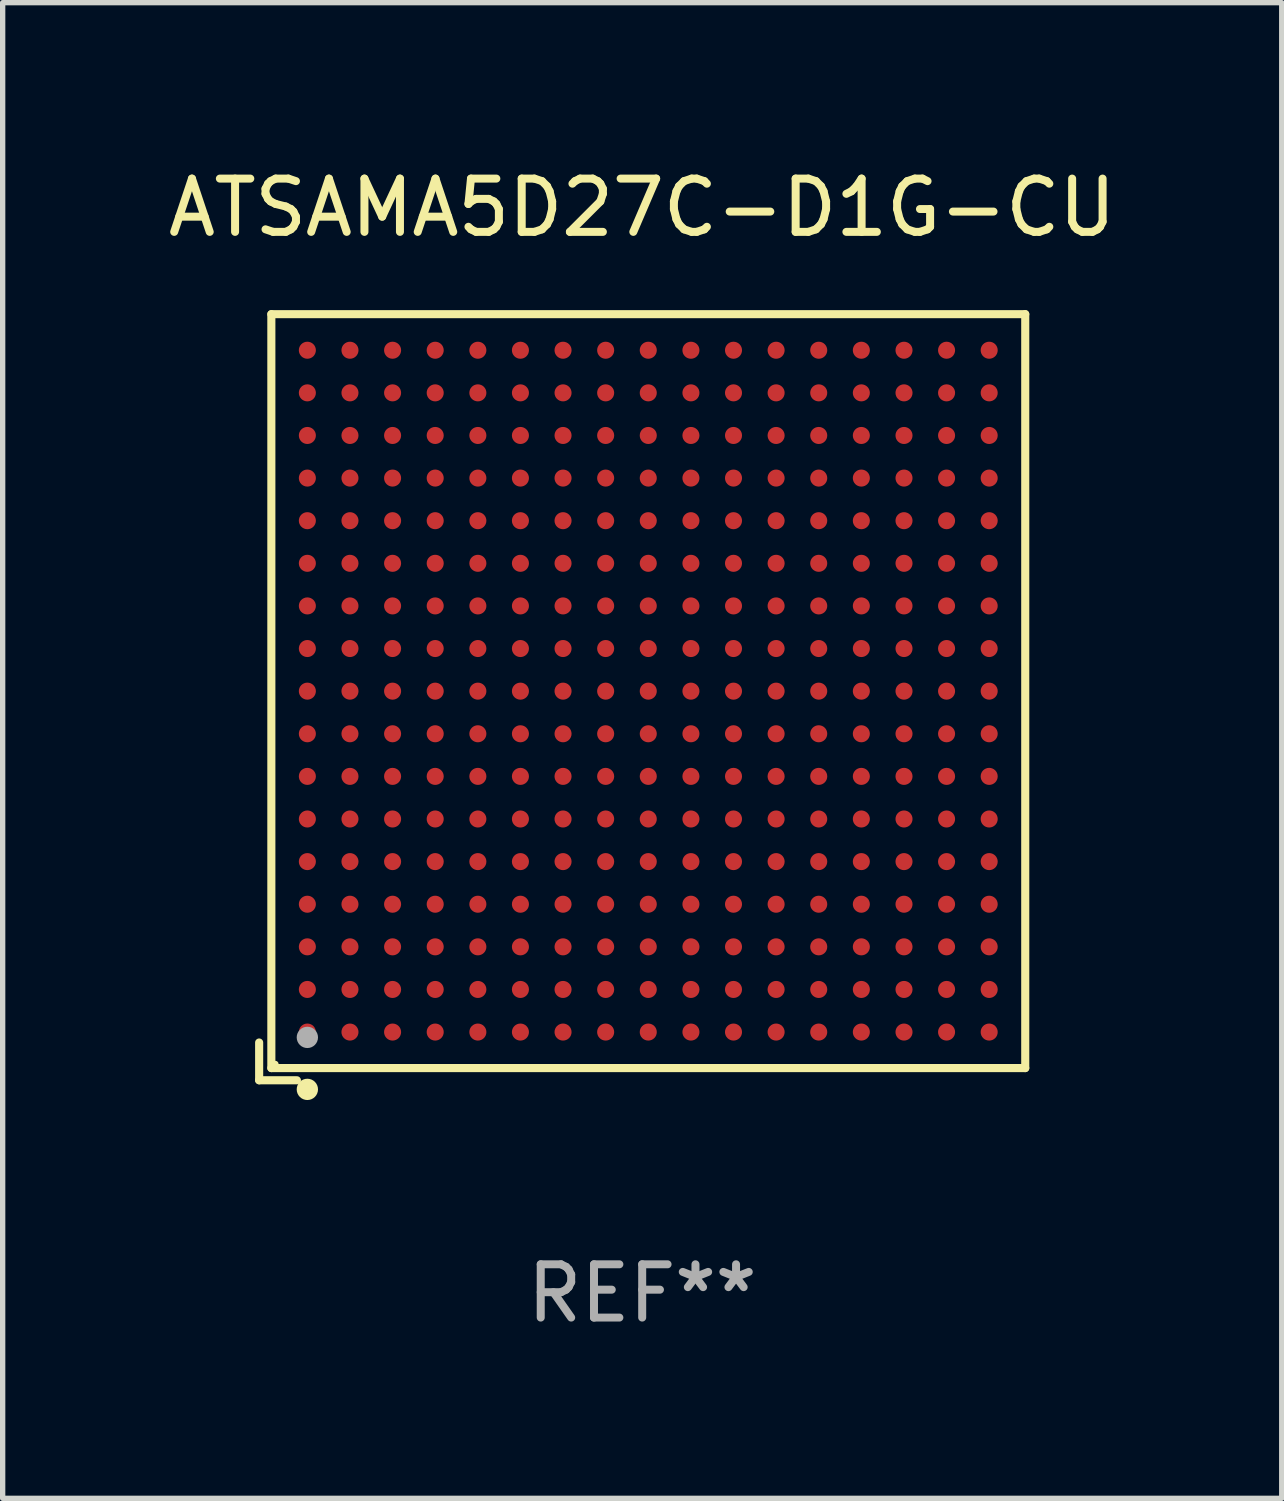
<source format=kicad_pcb>
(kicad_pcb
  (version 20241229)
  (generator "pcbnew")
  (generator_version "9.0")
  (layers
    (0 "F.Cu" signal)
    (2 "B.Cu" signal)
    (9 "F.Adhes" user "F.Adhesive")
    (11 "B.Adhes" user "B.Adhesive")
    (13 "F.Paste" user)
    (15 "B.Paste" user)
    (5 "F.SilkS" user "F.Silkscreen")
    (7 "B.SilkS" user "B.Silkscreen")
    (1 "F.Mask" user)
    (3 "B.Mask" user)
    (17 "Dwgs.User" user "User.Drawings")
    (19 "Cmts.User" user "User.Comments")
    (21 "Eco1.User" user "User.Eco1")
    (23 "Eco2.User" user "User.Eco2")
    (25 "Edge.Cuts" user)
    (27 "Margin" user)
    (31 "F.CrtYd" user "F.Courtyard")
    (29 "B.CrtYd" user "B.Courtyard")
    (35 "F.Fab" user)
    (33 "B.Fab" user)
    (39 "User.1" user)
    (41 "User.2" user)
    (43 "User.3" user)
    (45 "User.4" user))
  (footprint "ATSAMA5D27C-D1G-CU"
    (layer "F.Cu")
    (at 9.006 10.039)
    (property "Reference" "ATSAMA5D27C-D1G-CU" (at 0 -9.191 0) (layer "F.SilkS") (effects (font (size 1 1) (thickness 0.15))))
    (attr through_hole)
    (fp_line (start -7.191 6.482) (end -7.191 7.191) (stroke (width 0.152) (type solid)) (layer "F.SilkS"))
    (fp_line (start -7.191 7.191) (end -6.482 7.191) (stroke (width 0.152) (type solid)) (layer "F.SilkS"))
    (fp_line (start -6.962 -7.191) (end 7.191 -7.191) (stroke (width 0.152) (type solid)) (layer "F.SilkS"))
    (fp_line (start -6.962 6.962) (end -6.962 -7.191) (stroke (width 0.152) (type solid)) (layer "F.SilkS"))
    (fp_line (start 7.191 -7.191) (end 7.191 6.962) (stroke (width 0.152) (type solid)) (layer "F.SilkS"))
    (fp_line (start 7.191 6.962) (end -6.962 6.962) (stroke (width 0.152) (type solid)) (layer "F.SilkS"))
    (fp_circle (center -6.886 6.886) (end -6.856 6.886) (stroke (width 0.06) (type solid)) (fill no) (layer "F.SilkS"))
    (fp_circle (center -6.286 7.362) (end -6.186 7.362) (stroke (width 0.2) (type solid)) (fill no) (layer "F.SilkS"))
    (fp_circle (center -6.286 6.386) (end -6.186 6.386) (stroke (width 0.2) (type solid)) (fill no) (layer "F.Fab"))
    (fp_text user "REF**" (at 0 11.191 0) (layer "F.Fab") (effects (font (size 1 1) (thickness 0.15))))
    (pad "A1" smd circle (at -6.286 6.286) (size 0.32 0.32) (layers "F.Cu" "F.Mask" "F.Paste"))
    (pad "A2" smd circle (at -6.286 5.486) (size 0.32 0.32) (layers "F.Cu" "F.Mask" "F.Paste"))
    (pad "A3" smd circle (at -6.286 4.686) (size 0.32 0.32) (layers "F.Cu" "F.Mask" "F.Paste"))
    (pad "A4" smd circle (at -6.286 3.886) (size 0.32 0.32) (layers "F.Cu" "F.Mask" "F.Paste"))
    (pad "A5" smd circle (at -6.286 3.086) (size 0.32 0.32) (layers "F.Cu" "F.Mask" "F.Paste"))
    (pad "A6" smd circle (at -6.286 2.286) (size 0.32 0.32) (layers "F.Cu" "F.Mask" "F.Paste"))
    (pad "A7" smd circle (at -6.286 1.486) (size 0.32 0.32) (layers "F.Cu" "F.Mask" "F.Paste"))
    (pad "A8" smd circle (at -6.286 0.686) (size 0.32 0.32) (layers "F.Cu" "F.Mask" "F.Paste"))
    (pad "A9" smd circle (at -6.286 -0.114) (size 0.32 0.32) (layers "F.Cu" "F.Mask" "F.Paste"))
    (pad "A10" smd circle (at -6.286 -0.914) (size 0.32 0.32) (layers "F.Cu" "F.Mask" "F.Paste"))
    (pad "A11" smd circle (at -6.286 -1.714) (size 0.32 0.32) (layers "F.Cu" "F.Mask" "F.Paste"))
    (pad "A12" smd circle (at -6.286 -2.514) (size 0.32 0.32) (layers "F.Cu" "F.Mask" "F.Paste"))
    (pad "A13" smd circle (at -6.286 -3.314) (size 0.32 0.32) (layers "F.Cu" "F.Mask" "F.Paste"))
    (pad "A14" smd circle (at -6.286 -4.114) (size 0.32 0.32) (layers "F.Cu" "F.Mask" "F.Paste"))
    (pad "A15" smd circle (at -6.286 -4.914) (size 0.32 0.32) (layers "F.Cu" "F.Mask" "F.Paste"))
    (pad "A16" smd circle (at -6.286 -5.714) (size 0.32 0.32) (layers "F.Cu" "F.Mask" "F.Paste"))
    (pad "A17" smd circle (at -6.286 -6.514) (size 0.32 0.32) (layers "F.Cu" "F.Mask" "F.Paste"))
    (pad "B1" smd circle (at -5.486 6.286) (size 0.32 0.32) (layers "F.Cu" "F.Mask" "F.Paste"))
    (pad "B2" smd circle (at -5.486 5.486) (size 0.32 0.32) (layers "F.Cu" "F.Mask" "F.Paste"))
    (pad "B3" smd circle (at -5.486 4.686) (size 0.32 0.32) (layers "F.Cu" "F.Mask" "F.Paste"))
    (pad "B4" smd circle (at -5.486 3.886) (size 0.32 0.32) (layers "F.Cu" "F.Mask" "F.Paste"))
    (pad "B5" smd circle (at -5.486 3.086) (size 0.32 0.32) (layers "F.Cu" "F.Mask" "F.Paste"))
    (pad "B6" smd circle (at -5.486 2.286) (size 0.32 0.32) (layers "F.Cu" "F.Mask" "F.Paste"))
    (pad "B7" smd circle (at -5.486 1.486) (size 0.32 0.32) (layers "F.Cu" "F.Mask" "F.Paste"))
    (pad "B8" smd circle (at -5.486 0.686) (size 0.32 0.32) (layers "F.Cu" "F.Mask" "F.Paste"))
    (pad "B9" smd circle (at -5.486 -0.114) (size 0.32 0.32) (layers "F.Cu" "F.Mask" "F.Paste"))
    (pad "B10" smd circle (at -5.486 -0.914) (size 0.32 0.32) (layers "F.Cu" "F.Mask" "F.Paste"))
    (pad "B11" smd circle (at -5.486 -1.714) (size 0.32 0.32) (layers "F.Cu" "F.Mask" "F.Paste"))
    (pad "B12" smd circle (at -5.486 -2.514) (size 0.32 0.32) (layers "F.Cu" "F.Mask" "F.Paste"))
    (pad "B13" smd circle (at -5.486 -3.314) (size 0.32 0.32) (layers "F.Cu" "F.Mask" "F.Paste"))
    (pad "B14" smd circle (at -5.486 -4.114) (size 0.32 0.32) (layers "F.Cu" "F.Mask" "F.Paste"))
    (pad "B15" smd circle (at -5.486 -4.914) (size 0.32 0.32) (layers "F.Cu" "F.Mask" "F.Paste"))
    (pad "B16" smd circle (at -5.486 -5.714) (size 0.32 0.32) (layers "F.Cu" "F.Mask" "F.Paste"))
    (pad "B17" smd circle (at -5.486 -6.514) (size 0.32 0.32) (layers "F.Cu" "F.Mask" "F.Paste"))
    (pad "C1" smd circle (at -4.686 6.286) (size 0.32 0.32) (layers "F.Cu" "F.Mask" "F.Paste"))
    (pad "C2" smd circle (at -4.686 5.486) (size 0.32 0.32) (layers "F.Cu" "F.Mask" "F.Paste"))
    (pad "C3" smd circle (at -4.686 4.686) (size 0.32 0.32) (layers "F.Cu" "F.Mask" "F.Paste"))
    (pad "C4" smd circle (at -4.686 3.886) (size 0.32 0.32) (layers "F.Cu" "F.Mask" "F.Paste"))
    (pad "C5" smd circle (at -4.686 3.086) (size 0.32 0.32) (layers "F.Cu" "F.Mask" "F.Paste"))
    (pad "C6" smd circle (at -4.686 2.286) (size 0.32 0.32) (layers "F.Cu" "F.Mask" "F.Paste"))
    (pad "C7" smd circle (at -4.686 1.486) (size 0.32 0.32) (layers "F.Cu" "F.Mask" "F.Paste"))
    (pad "C8" smd circle (at -4.686 0.686) (size 0.32 0.32) (layers "F.Cu" "F.Mask" "F.Paste"))
    (pad "C9" smd circle (at -4.686 -0.114) (size 0.32 0.32) (layers "F.Cu" "F.Mask" "F.Paste"))
    (pad "C10" smd circle (at -4.686 -0.914) (size 0.32 0.32) (layers "F.Cu" "F.Mask" "F.Paste"))
    (pad "C11" smd circle (at -4.686 -1.714) (size 0.32 0.32) (layers "F.Cu" "F.Mask" "F.Paste"))
    (pad "C12" smd circle (at -4.686 -2.514) (size 0.32 0.32) (layers "F.Cu" "F.Mask" "F.Paste"))
    (pad "C13" smd circle (at -4.686 -3.314) (size 0.32 0.32) (layers "F.Cu" "F.Mask" "F.Paste"))
    (pad "C14" smd circle (at -4.686 -4.114) (size 0.32 0.32) (layers "F.Cu" "F.Mask" "F.Paste"))
    (pad "C15" smd circle (at -4.686 -4.914) (size 0.32 0.32) (layers "F.Cu" "F.Mask" "F.Paste"))
    (pad "C16" smd circle (at -4.686 -5.714) (size 0.32 0.32) (layers "F.Cu" "F.Mask" "F.Paste"))
    (pad "C17" smd circle (at -4.686 -6.514) (size 0.32 0.32) (layers "F.Cu" "F.Mask" "F.Paste"))
    (pad "D1" smd circle (at -3.886 6.286) (size 0.32 0.32) (layers "F.Cu" "F.Mask" "F.Paste"))
    (pad "D2" smd circle (at -3.886 5.486) (size 0.32 0.32) (layers "F.Cu" "F.Mask" "F.Paste"))
    (pad "D3" smd circle (at -3.886 4.686) (size 0.32 0.32) (layers "F.Cu" "F.Mask" "F.Paste"))
    (pad "D4" smd circle (at -3.886 3.886) (size 0.32 0.32) (layers "F.Cu" "F.Mask" "F.Paste"))
    (pad "D5" smd circle (at -3.886 3.086) (size 0.32 0.32) (layers "F.Cu" "F.Mask" "F.Paste"))
    (pad "D6" smd circle (at -3.886 2.286) (size 0.32 0.32) (layers "F.Cu" "F.Mask" "F.Paste"))
    (pad "D7" smd circle (at -3.886 1.486) (size 0.32 0.32) (layers "F.Cu" "F.Mask" "F.Paste"))
    (pad "D8" smd circle (at -3.886 0.686) (size 0.32 0.32) (layers "F.Cu" "F.Mask" "F.Paste"))
    (pad "D9" smd circle (at -3.886 -0.114) (size 0.32 0.32) (layers "F.Cu" "F.Mask" "F.Paste"))
    (pad "D10" smd circle (at -3.886 -0.914) (size 0.32 0.32) (layers "F.Cu" "F.Mask" "F.Paste"))
    (pad "D11" smd circle (at -3.886 -1.714) (size 0.32 0.32) (layers "F.Cu" "F.Mask" "F.Paste"))
    (pad "D12" smd circle (at -3.886 -2.514) (size 0.32 0.32) (layers "F.Cu" "F.Mask" "F.Paste"))
    (pad "D13" smd circle (at -3.886 -3.314) (size 0.32 0.32) (layers "F.Cu" "F.Mask" "F.Paste"))
    (pad "D14" smd circle (at -3.886 -4.114) (size 0.32 0.32) (layers "F.Cu" "F.Mask" "F.Paste"))
    (pad "D15" smd circle (at -3.886 -4.914) (size 0.32 0.32) (layers "F.Cu" "F.Mask" "F.Paste"))
    (pad "D16" smd circle (at -3.886 -5.714) (size 0.32 0.32) (layers "F.Cu" "F.Mask" "F.Paste"))
    (pad "D17" smd circle (at -3.886 -6.514) (size 0.32 0.32) (layers "F.Cu" "F.Mask" "F.Paste"))
    (pad "E1" smd circle (at -3.085 6.286) (size 0.32 0.32) (layers "F.Cu" "F.Mask" "F.Paste"))
    (pad "E2" smd circle (at -3.085 5.486) (size 0.32 0.32) (layers "F.Cu" "F.Mask" "F.Paste"))
    (pad "E3" smd circle (at -3.085 4.686) (size 0.32 0.32) (layers "F.Cu" "F.Mask" "F.Paste"))
    (pad "E4" smd circle (at -3.085 3.886) (size 0.32 0.32) (layers "F.Cu" "F.Mask" "F.Paste"))
    (pad "E5" smd circle (at -3.085 3.086) (size 0.32 0.32) (layers "F.Cu" "F.Mask" "F.Paste"))
    (pad "E6" smd circle (at -3.085 2.286) (size 0.32 0.32) (layers "F.Cu" "F.Mask" "F.Paste"))
    (pad "E7" smd circle (at -3.085 1.486) (size 0.32 0.32) (layers "F.Cu" "F.Mask" "F.Paste"))
    (pad "E8" smd circle (at -3.085 0.686) (size 0.32 0.32) (layers "F.Cu" "F.Mask" "F.Paste"))
    (pad "E9" smd circle (at -3.085 -0.114) (size 0.32 0.32) (layers "F.Cu" "F.Mask" "F.Paste"))
    (pad "E10" smd circle (at -3.085 -0.914) (size 0.32 0.32) (layers "F.Cu" "F.Mask" "F.Paste"))
    (pad "E11" smd circle (at -3.085 -1.714) (size 0.32 0.32) (layers "F.Cu" "F.Mask" "F.Paste"))
    (pad "E12" smd circle (at -3.085 -2.514) (size 0.32 0.32) (layers "F.Cu" "F.Mask" "F.Paste"))
    (pad "E13" smd circle (at -3.085 -3.314) (size 0.32 0.32) (layers "F.Cu" "F.Mask" "F.Paste"))
    (pad "E14" smd circle (at -3.085 -4.114) (size 0.32 0.32) (layers "F.Cu" "F.Mask" "F.Paste"))
    (pad "E15" smd circle (at -3.085 -4.914) (size 0.32 0.32) (layers "F.Cu" "F.Mask" "F.Paste"))
    (pad "E16" smd circle (at -3.085 -5.714) (size 0.32 0.32) (layers "F.Cu" "F.Mask" "F.Paste"))
    (pad "E17" smd circle (at -3.085 -6.514) (size 0.32 0.32) (layers "F.Cu" "F.Mask" "F.Paste"))
    (pad "F1" smd circle (at -2.286 6.286) (size 0.32 0.32) (layers "F.Cu" "F.Mask" "F.Paste"))
    (pad "F2" smd circle (at -2.286 5.486) (size 0.32 0.32) (layers "F.Cu" "F.Mask" "F.Paste"))
    (pad "F3" smd circle (at -2.286 4.686) (size 0.32 0.32) (layers "F.Cu" "F.Mask" "F.Paste"))
    (pad "F4" smd circle (at -2.286 3.886) (size 0.32 0.32) (layers "F.Cu" "F.Mask" "F.Paste"))
    (pad "F5" smd circle (at -2.286 3.086) (size 0.32 0.32) (layers "F.Cu" "F.Mask" "F.Paste"))
    (pad "F6" smd circle (at -2.286 2.286) (size 0.32 0.32) (layers "F.Cu" "F.Mask" "F.Paste"))
    (pad "F7" smd circle (at -2.286 1.486) (size 0.32 0.32) (layers "F.Cu" "F.Mask" "F.Paste"))
    (pad "F8" smd circle (at -2.286 0.686) (size 0.32 0.32) (layers "F.Cu" "F.Mask" "F.Paste"))
    (pad "F9" smd circle (at -2.286 -0.114) (size 0.32 0.32) (layers "F.Cu" "F.Mask" "F.Paste"))
    (pad "F10" smd circle (at -2.286 -0.914) (size 0.32 0.32) (layers "F.Cu" "F.Mask" "F.Paste"))
    (pad "F11" smd circle (at -2.286 -1.714) (size 0.32 0.32) (layers "F.Cu" "F.Mask" "F.Paste"))
    (pad "F12" smd circle (at -2.286 -2.514) (size 0.32 0.32) (layers "F.Cu" "F.Mask" "F.Paste"))
    (pad "F13" smd circle (at -2.286 -3.314) (size 0.32 0.32) (layers "F.Cu" "F.Mask" "F.Paste"))
    (pad "F14" smd circle (at -2.286 -4.114) (size 0.32 0.32) (layers "F.Cu" "F.Mask" "F.Paste"))
    (pad "F15" smd circle (at -2.286 -4.914) (size 0.32 0.32) (layers "F.Cu" "F.Mask" "F.Paste"))
    (pad "F16" smd circle (at -2.286 -5.714) (size 0.32 0.32) (layers "F.Cu" "F.Mask" "F.Paste"))
    (pad "F17" smd circle (at -2.286 -6.514) (size 0.32 0.32) (layers "F.Cu" "F.Mask" "F.Paste"))
    (pad "G1" smd circle (at -1.486 6.286) (size 0.32 0.32) (layers "F.Cu" "F.Mask" "F.Paste"))
    (pad "G2" smd circle (at -1.486 5.486) (size 0.32 0.32) (layers "F.Cu" "F.Mask" "F.Paste"))
    (pad "G3" smd circle (at -1.486 4.686) (size 0.32 0.32) (layers "F.Cu" "F.Mask" "F.Paste"))
    (pad "G4" smd circle (at -1.486 3.886) (size 0.32 0.32) (layers "F.Cu" "F.Mask" "F.Paste"))
    (pad "G5" smd circle (at -1.486 3.086) (size 0.32 0.32) (layers "F.Cu" "F.Mask" "F.Paste"))
    (pad "G6" smd circle (at -1.486 2.286) (size 0.32 0.32) (layers "F.Cu" "F.Mask" "F.Paste"))
    (pad "G7" smd circle (at -1.486 1.486) (size 0.32 0.32) (layers "F.Cu" "F.Mask" "F.Paste"))
    (pad "G8" smd circle (at -1.486 0.686) (size 0.32 0.32) (layers "F.Cu" "F.Mask" "F.Paste"))
    (pad "G9" smd circle (at -1.486 -0.114) (size 0.32 0.32) (layers "F.Cu" "F.Mask" "F.Paste"))
    (pad "G10" smd circle (at -1.486 -0.914) (size 0.32 0.32) (layers "F.Cu" "F.Mask" "F.Paste"))
    (pad "G11" smd circle (at -1.486 -1.714) (size 0.32 0.32) (layers "F.Cu" "F.Mask" "F.Paste"))
    (pad "G12" smd circle (at -1.486 -2.514) (size 0.32 0.32) (layers "F.Cu" "F.Mask" "F.Paste"))
    (pad "G13" smd circle (at -1.486 -3.314) (size 0.32 0.32) (layers "F.Cu" "F.Mask" "F.Paste"))
    (pad "G14" smd circle (at -1.486 -4.114) (size 0.32 0.32) (layers "F.Cu" "F.Mask" "F.Paste"))
    (pad "G15" smd circle (at -1.486 -4.914) (size 0.32 0.32) (layers "F.Cu" "F.Mask" "F.Paste"))
    (pad "G16" smd circle (at -1.486 -5.714) (size 0.32 0.32) (layers "F.Cu" "F.Mask" "F.Paste"))
    (pad "G17" smd circle (at -1.486 -6.514) (size 0.32 0.32) (layers "F.Cu" "F.Mask" "F.Paste"))
    (pad "H1" smd circle (at -0.686 6.286) (size 0.32 0.32) (layers "F.Cu" "F.Mask" "F.Paste"))
    (pad "H2" smd circle (at -0.686 5.486) (size 0.32 0.32) (layers "F.Cu" "F.Mask" "F.Paste"))
    (pad "H3" smd circle (at -0.686 4.686) (size 0.32 0.32) (layers "F.Cu" "F.Mask" "F.Paste"))
    (pad "H4" smd circle (at -0.686 3.886) (size 0.32 0.32) (layers "F.Cu" "F.Mask" "F.Paste"))
    (pad "H5" smd circle (at -0.686 3.086) (size 0.32 0.32) (layers "F.Cu" "F.Mask" "F.Paste"))
    (pad "H6" smd circle (at -0.686 2.286) (size 0.32 0.32) (layers "F.Cu" "F.Mask" "F.Paste"))
    (pad "H7" smd circle (at -0.686 1.486) (size 0.32 0.32) (layers "F.Cu" "F.Mask" "F.Paste"))
    (pad "H8" smd circle (at -0.686 0.686) (size 0.32 0.32) (layers "F.Cu" "F.Mask" "F.Paste"))
    (pad "H9" smd circle (at -0.686 -0.114) (size 0.32 0.32) (layers "F.Cu" "F.Mask" "F.Paste"))
    (pad "H10" smd circle (at -0.686 -0.914) (size 0.32 0.32) (layers "F.Cu" "F.Mask" "F.Paste"))
    (pad "H11" smd circle (at -0.686 -1.714) (size 0.32 0.32) (layers "F.Cu" "F.Mask" "F.Paste"))
    (pad "H12" smd circle (at -0.686 -2.514) (size 0.32 0.32) (layers "F.Cu" "F.Mask" "F.Paste"))
    (pad "H13" smd circle (at -0.686 -3.314) (size 0.32 0.32) (layers "F.Cu" "F.Mask" "F.Paste"))
    (pad "H14" smd circle (at -0.686 -4.114) (size 0.32 0.32) (layers "F.Cu" "F.Mask" "F.Paste"))
    (pad "H15" smd circle (at -0.686 -4.914) (size 0.32 0.32) (layers "F.Cu" "F.Mask" "F.Paste"))
    (pad "H16" smd circle (at -0.686 -5.714) (size 0.32 0.32) (layers "F.Cu" "F.Mask" "F.Paste"))
    (pad "H17" smd circle (at -0.686 -6.514) (size 0.32 0.32) (layers "F.Cu" "F.Mask" "F.Paste"))
    (pad "J1" smd circle (at 0.114 6.286) (size 0.32 0.32) (layers "F.Cu" "F.Mask" "F.Paste"))
    (pad "J2" smd circle (at 0.114 5.486) (size 0.32 0.32) (layers "F.Cu" "F.Mask" "F.Paste"))
    (pad "J3" smd circle (at 0.114 4.686) (size 0.32 0.32) (layers "F.Cu" "F.Mask" "F.Paste"))
    (pad "J4" smd circle (at 0.114 3.886) (size 0.32 0.32) (layers "F.Cu" "F.Mask" "F.Paste"))
    (pad "J5" smd circle (at 0.114 3.086) (size 0.32 0.32) (layers "F.Cu" "F.Mask" "F.Paste"))
    (pad "J6" smd circle (at 0.114 2.286) (size 0.32 0.32) (layers "F.Cu" "F.Mask" "F.Paste"))
    (pad "J7" smd circle (at 0.114 1.486) (size 0.32 0.32) (layers "F.Cu" "F.Mask" "F.Paste"))
    (pad "J8" smd circle (at 0.114 0.686) (size 0.32 0.32) (layers "F.Cu" "F.Mask" "F.Paste"))
    (pad "J9" smd circle (at 0.114 -0.114) (size 0.32 0.32) (layers "F.Cu" "F.Mask" "F.Paste"))
    (pad "J10" smd circle (at 0.114 -0.914) (size 0.32 0.32) (layers "F.Cu" "F.Mask" "F.Paste"))
    (pad "J11" smd circle (at 0.114 -1.714) (size 0.32 0.32) (layers "F.Cu" "F.Mask" "F.Paste"))
    (pad "J12" smd circle (at 0.114 -2.514) (size 0.32 0.32) (layers "F.Cu" "F.Mask" "F.Paste"))
    (pad "J13" smd circle (at 0.114 -3.314) (size 0.32 0.32) (layers "F.Cu" "F.Mask" "F.Paste"))
    (pad "J14" smd circle (at 0.114 -4.114) (size 0.32 0.32) (layers "F.Cu" "F.Mask" "F.Paste"))
    (pad "J15" smd circle (at 0.114 -4.914) (size 0.32 0.32) (layers "F.Cu" "F.Mask" "F.Paste"))
    (pad "J16" smd circle (at 0.114 -5.714) (size 0.32 0.32) (layers "F.Cu" "F.Mask" "F.Paste"))
    (pad "J17" smd circle (at 0.114 -6.514) (size 0.32 0.32) (layers "F.Cu" "F.Mask" "F.Paste"))
    (pad "K1" smd circle (at 0.915 6.286) (size 0.32 0.32) (layers "F.Cu" "F.Mask" "F.Paste"))
    (pad "K2" smd circle (at 0.915 5.486) (size 0.32 0.32) (layers "F.Cu" "F.Mask" "F.Paste"))
    (pad "K3" smd circle (at 0.915 4.686) (size 0.32 0.32) (layers "F.Cu" "F.Mask" "F.Paste"))
    (pad "K4" smd circle (at 0.915 3.886) (size 0.32 0.32) (layers "F.Cu" "F.Mask" "F.Paste"))
    (pad "K5" smd circle (at 0.915 3.086) (size 0.32 0.32) (layers "F.Cu" "F.Mask" "F.Paste"))
    (pad "K6" smd circle (at 0.915 2.286) (size 0.32 0.32) (layers "F.Cu" "F.Mask" "F.Paste"))
    (pad "K7" smd circle (at 0.915 1.486) (size 0.32 0.32) (layers "F.Cu" "F.Mask" "F.Paste"))
    (pad "K8" smd circle (at 0.915 0.686) (size 0.32 0.32) (layers "F.Cu" "F.Mask" "F.Paste"))
    (pad "K9" smd circle (at 0.915 -0.114) (size 0.32 0.32) (layers "F.Cu" "F.Mask" "F.Paste"))
    (pad "K10" smd circle (at 0.915 -0.914) (size 0.32 0.32) (layers "F.Cu" "F.Mask" "F.Paste"))
    (pad "K11" smd circle (at 0.915 -1.714) (size 0.32 0.32) (layers "F.Cu" "F.Mask" "F.Paste"))
    (pad "K12" smd circle (at 0.915 -2.514) (size 0.32 0.32) (layers "F.Cu" "F.Mask" "F.Paste"))
    (pad "K13" smd circle (at 0.915 -3.314) (size 0.32 0.32) (layers "F.Cu" "F.Mask" "F.Paste"))
    (pad "K14" smd circle (at 0.915 -4.114) (size 0.32 0.32) (layers "F.Cu" "F.Mask" "F.Paste"))
    (pad "K15" smd circle (at 0.915 -4.914) (size 0.32 0.32) (layers "F.Cu" "F.Mask" "F.Paste"))
    (pad "K16" smd circle (at 0.915 -5.714) (size 0.32 0.32) (layers "F.Cu" "F.Mask" "F.Paste"))
    (pad "K17" smd circle (at 0.915 -6.514) (size 0.32 0.32) (layers "F.Cu" "F.Mask" "F.Paste"))
    (pad "L1" smd circle (at 1.714 6.286) (size 0.32 0.32) (layers "F.Cu" "F.Mask" "F.Paste"))
    (pad "L2" smd circle (at 1.714 5.486) (size 0.32 0.32) (layers "F.Cu" "F.Mask" "F.Paste"))
    (pad "L3" smd circle (at 1.714 4.686) (size 0.32 0.32) (layers "F.Cu" "F.Mask" "F.Paste"))
    (pad "L4" smd circle (at 1.714 3.886) (size 0.32 0.32) (layers "F.Cu" "F.Mask" "F.Paste"))
    (pad "L5" smd circle (at 1.714 3.086) (size 0.32 0.32) (layers "F.Cu" "F.Mask" "F.Paste"))
    (pad "L6" smd circle (at 1.714 2.286) (size 0.32 0.32) (layers "F.Cu" "F.Mask" "F.Paste"))
    (pad "L7" smd circle (at 1.714 1.486) (size 0.32 0.32) (layers "F.Cu" "F.Mask" "F.Paste"))
    (pad "L8" smd circle (at 1.714 0.686) (size 0.32 0.32) (layers "F.Cu" "F.Mask" "F.Paste"))
    (pad "L9" smd circle (at 1.714 -0.114) (size 0.32 0.32) (layers "F.Cu" "F.Mask" "F.Paste"))
    (pad "L10" smd circle (at 1.714 -0.914) (size 0.32 0.32) (layers "F.Cu" "F.Mask" "F.Paste"))
    (pad "L11" smd circle (at 1.714 -1.714) (size 0.32 0.32) (layers "F.Cu" "F.Mask" "F.Paste"))
    (pad "L12" smd circle (at 1.714 -2.514) (size 0.32 0.32) (layers "F.Cu" "F.Mask" "F.Paste"))
    (pad "L13" smd circle (at 1.714 -3.314) (size 0.32 0.32) (layers "F.Cu" "F.Mask" "F.Paste"))
    (pad "L14" smd circle (at 1.714 -4.114) (size 0.32 0.32) (layers "F.Cu" "F.Mask" "F.Paste"))
    (pad "L15" smd circle (at 1.714 -4.914) (size 0.32 0.32) (layers "F.Cu" "F.Mask" "F.Paste"))
    (pad "L16" smd circle (at 1.714 -5.714) (size 0.32 0.32) (layers "F.Cu" "F.Mask" "F.Paste"))
    (pad "L17" smd circle (at 1.714 -6.514) (size 0.32 0.32) (layers "F.Cu" "F.Mask" "F.Paste"))
    (pad "M1" smd circle (at 2.514 6.286) (size 0.32 0.32) (layers "F.Cu" "F.Mask" "F.Paste"))
    (pad "M2" smd circle (at 2.514 5.486) (size 0.32 0.32) (layers "F.Cu" "F.Mask" "F.Paste"))
    (pad "M3" smd circle (at 2.514 4.686) (size 0.32 0.32) (layers "F.Cu" "F.Mask" "F.Paste"))
    (pad "M4" smd circle (at 2.514 3.886) (size 0.32 0.32) (layers "F.Cu" "F.Mask" "F.Paste"))
    (pad "M5" smd circle (at 2.514 3.086) (size 0.32 0.32) (layers "F.Cu" "F.Mask" "F.Paste"))
    (pad "M6" smd circle (at 2.514 2.286) (size 0.32 0.32) (layers "F.Cu" "F.Mask" "F.Paste"))
    (pad "M7" smd circle (at 2.514 1.486) (size 0.32 0.32) (layers "F.Cu" "F.Mask" "F.Paste"))
    (pad "M8" smd circle (at 2.514 0.686) (size 0.32 0.32) (layers "F.Cu" "F.Mask" "F.Paste"))
    (pad "M9" smd circle (at 2.514 -0.114) (size 0.32 0.32) (layers "F.Cu" "F.Mask" "F.Paste"))
    (pad "M10" smd circle (at 2.514 -0.914) (size 0.32 0.32) (layers "F.Cu" "F.Mask" "F.Paste"))
    (pad "M11" smd circle (at 2.514 -1.714) (size 0.32 0.32) (layers "F.Cu" "F.Mask" "F.Paste"))
    (pad "M12" smd circle (at 2.514 -2.514) (size 0.32 0.32) (layers "F.Cu" "F.Mask" "F.Paste"))
    (pad "M13" smd circle (at 2.514 -3.314) (size 0.32 0.32) (layers "F.Cu" "F.Mask" "F.Paste"))
    (pad "M14" smd circle (at 2.514 -4.114) (size 0.32 0.32) (layers "F.Cu" "F.Mask" "F.Paste"))
    (pad "M15" smd circle (at 2.514 -4.914) (size 0.32 0.32) (layers "F.Cu" "F.Mask" "F.Paste"))
    (pad "M16" smd circle (at 2.514 -5.714) (size 0.32 0.32) (layers "F.Cu" "F.Mask" "F.Paste"))
    (pad "M17" smd circle (at 2.514 -6.514) (size 0.32 0.32) (layers "F.Cu" "F.Mask" "F.Paste"))
    (pad "N1" smd circle (at 3.314 6.286) (size 0.32 0.32) (layers "F.Cu" "F.Mask" "F.Paste"))
    (pad "N2" smd circle (at 3.314 5.486) (size 0.32 0.32) (layers "F.Cu" "F.Mask" "F.Paste"))
    (pad "N3" smd circle (at 3.314 4.686) (size 0.32 0.32) (layers "F.Cu" "F.Mask" "F.Paste"))
    (pad "N4" smd circle (at 3.314 3.886) (size 0.32 0.32) (layers "F.Cu" "F.Mask" "F.Paste"))
    (pad "N5" smd circle (at 3.314 3.086) (size 0.32 0.32) (layers "F.Cu" "F.Mask" "F.Paste"))
    (pad "N6" smd circle (at 3.314 2.286) (size 0.32 0.32) (layers "F.Cu" "F.Mask" "F.Paste"))
    (pad "N7" smd circle (at 3.314 1.486) (size 0.32 0.32) (layers "F.Cu" "F.Mask" "F.Paste"))
    (pad "N8" smd circle (at 3.314 0.686) (size 0.32 0.32) (layers "F.Cu" "F.Mask" "F.Paste"))
    (pad "N9" smd circle (at 3.314 -0.114) (size 0.32 0.32) (layers "F.Cu" "F.Mask" "F.Paste"))
    (pad "N10" smd circle (at 3.314 -0.914) (size 0.32 0.32) (layers "F.Cu" "F.Mask" "F.Paste"))
    (pad "N11" smd circle (at 3.314 -1.714) (size 0.32 0.32) (layers "F.Cu" "F.Mask" "F.Paste"))
    (pad "N12" smd circle (at 3.314 -2.514) (size 0.32 0.32) (layers "F.Cu" "F.Mask" "F.Paste"))
    (pad "N13" smd circle (at 3.314 -3.314) (size 0.32 0.32) (layers "F.Cu" "F.Mask" "F.Paste"))
    (pad "N14" smd circle (at 3.314 -4.114) (size 0.32 0.32) (layers "F.Cu" "F.Mask" "F.Paste"))
    (pad "N15" smd circle (at 3.314 -4.914) (size 0.32 0.32) (layers "F.Cu" "F.Mask" "F.Paste"))
    (pad "N16" smd circle (at 3.314 -5.714) (size 0.32 0.32) (layers "F.Cu" "F.Mask" "F.Paste"))
    (pad "N17" smd circle (at 3.314 -6.514) (size 0.32 0.32) (layers "F.Cu" "F.Mask" "F.Paste"))
    (pad "P1" smd circle (at 4.114 6.286) (size 0.32 0.32) (layers "F.Cu" "F.Mask" "F.Paste"))
    (pad "P2" smd circle (at 4.114 5.486) (size 0.32 0.32) (layers "F.Cu" "F.Mask" "F.Paste"))
    (pad "P3" smd circle (at 4.114 4.686) (size 0.32 0.32) (layers "F.Cu" "F.Mask" "F.Paste"))
    (pad "P4" smd circle (at 4.114 3.886) (size 0.32 0.32) (layers "F.Cu" "F.Mask" "F.Paste"))
    (pad "P5" smd circle (at 4.114 3.086) (size 0.32 0.32) (layers "F.Cu" "F.Mask" "F.Paste"))
    (pad "P6" smd circle (at 4.114 2.286) (size 0.32 0.32) (layers "F.Cu" "F.Mask" "F.Paste"))
    (pad "P7" smd circle (at 4.114 1.486) (size 0.32 0.32) (layers "F.Cu" "F.Mask" "F.Paste"))
    (pad "P8" smd circle (at 4.114 0.686) (size 0.32 0.32) (layers "F.Cu" "F.Mask" "F.Paste"))
    (pad "P9" smd circle (at 4.114 -0.114) (size 0.32 0.32) (layers "F.Cu" "F.Mask" "F.Paste"))
    (pad "P10" smd circle (at 4.114 -0.914) (size 0.32 0.32) (layers "F.Cu" "F.Mask" "F.Paste"))
    (pad "P11" smd circle (at 4.114 -1.714) (size 0.32 0.32) (layers "F.Cu" "F.Mask" "F.Paste"))
    (pad "P12" smd circle (at 4.114 -2.514) (size 0.32 0.32) (layers "F.Cu" "F.Mask" "F.Paste"))
    (pad "P13" smd circle (at 4.114 -3.314) (size 0.32 0.32) (layers "F.Cu" "F.Mask" "F.Paste"))
    (pad "P14" smd circle (at 4.114 -4.114) (size 0.32 0.32) (layers "F.Cu" "F.Mask" "F.Paste"))
    (pad "P15" smd circle (at 4.114 -4.914) (size 0.32 0.32) (layers "F.Cu" "F.Mask" "F.Paste"))
    (pad "P16" smd circle (at 4.114 -5.714) (size 0.32 0.32) (layers "F.Cu" "F.Mask" "F.Paste"))
    (pad "P17" smd circle (at 4.114 -6.514) (size 0.32 0.32) (layers "F.Cu" "F.Mask" "F.Paste"))
    (pad "R1" smd circle (at 4.915 6.286) (size 0.32 0.32) (layers "F.Cu" "F.Mask" "F.Paste"))
    (pad "R2" smd circle (at 4.915 5.486) (size 0.32 0.32) (layers "F.Cu" "F.Mask" "F.Paste"))
    (pad "R3" smd circle (at 4.915 4.686) (size 0.32 0.32) (layers "F.Cu" "F.Mask" "F.Paste"))
    (pad "R4" smd circle (at 4.915 3.886) (size 0.32 0.32) (layers "F.Cu" "F.Mask" "F.Paste"))
    (pad "R5" smd circle (at 4.915 3.086) (size 0.32 0.32) (layers "F.Cu" "F.Mask" "F.Paste"))
    (pad "R6" smd circle (at 4.915 2.286) (size 0.32 0.32) (layers "F.Cu" "F.Mask" "F.Paste"))
    (pad "R7" smd circle (at 4.915 1.486) (size 0.32 0.32) (layers "F.Cu" "F.Mask" "F.Paste"))
    (pad "R8" smd circle (at 4.915 0.686) (size 0.32 0.32) (layers "F.Cu" "F.Mask" "F.Paste"))
    (pad "R9" smd circle (at 4.915 -0.114) (size 0.32 0.32) (layers "F.Cu" "F.Mask" "F.Paste"))
    (pad "R10" smd circle (at 4.915 -0.914) (size 0.32 0.32) (layers "F.Cu" "F.Mask" "F.Paste"))
    (pad "R11" smd circle (at 4.915 -1.714) (size 0.32 0.32) (layers "F.Cu" "F.Mask" "F.Paste"))
    (pad "R12" smd circle (at 4.915 -2.514) (size 0.32 0.32) (layers "F.Cu" "F.Mask" "F.Paste"))
    (pad "R13" smd circle (at 4.915 -3.314) (size 0.32 0.32) (layers "F.Cu" "F.Mask" "F.Paste"))
    (pad "R14" smd circle (at 4.915 -4.114) (size 0.32 0.32) (layers "F.Cu" "F.Mask" "F.Paste"))
    (pad "R15" smd circle (at 4.915 -4.914) (size 0.32 0.32) (layers "F.Cu" "F.Mask" "F.Paste"))
    (pad "R16" smd circle (at 4.915 -5.714) (size 0.32 0.32) (layers "F.Cu" "F.Mask" "F.Paste"))
    (pad "R17" smd circle (at 4.915 -6.514) (size 0.32 0.32) (layers "F.Cu" "F.Mask" "F.Paste"))
    (pad "T1" smd circle (at 5.714 6.286) (size 0.32 0.32) (layers "F.Cu" "F.Mask" "F.Paste"))
    (pad "T2" smd circle (at 5.714 5.486) (size 0.32 0.32) (layers "F.Cu" "F.Mask" "F.Paste"))
    (pad "T3" smd circle (at 5.714 4.686) (size 0.32 0.32) (layers "F.Cu" "F.Mask" "F.Paste"))
    (pad "T4" smd circle (at 5.714 3.886) (size 0.32 0.32) (layers "F.Cu" "F.Mask" "F.Paste"))
    (pad "T5" smd circle (at 5.714 3.086) (size 0.32 0.32) (layers "F.Cu" "F.Mask" "F.Paste"))
    (pad "T6" smd circle (at 5.714 2.286) (size 0.32 0.32) (layers "F.Cu" "F.Mask" "F.Paste"))
    (pad "T7" smd circle (at 5.714 1.486) (size 0.32 0.32) (layers "F.Cu" "F.Mask" "F.Paste"))
    (pad "T8" smd circle (at 5.714 0.686) (size 0.32 0.32) (layers "F.Cu" "F.Mask" "F.Paste"))
    (pad "T9" smd circle (at 5.714 -0.114) (size 0.32 0.32) (layers "F.Cu" "F.Mask" "F.Paste"))
    (pad "T10" smd circle (at 5.714 -0.914) (size 0.32 0.32) (layers "F.Cu" "F.Mask" "F.Paste"))
    (pad "T11" smd circle (at 5.714 -1.714) (size 0.32 0.32) (layers "F.Cu" "F.Mask" "F.Paste"))
    (pad "T12" smd circle (at 5.714 -2.514) (size 0.32 0.32) (layers "F.Cu" "F.Mask" "F.Paste"))
    (pad "T13" smd circle (at 5.714 -3.314) (size 0.32 0.32) (layers "F.Cu" "F.Mask" "F.Paste"))
    (pad "T14" smd circle (at 5.714 -4.114) (size 0.32 0.32) (layers "F.Cu" "F.Mask" "F.Paste"))
    (pad "T15" smd circle (at 5.714 -4.914) (size 0.32 0.32) (layers "F.Cu" "F.Mask" "F.Paste"))
    (pad "T16" smd circle (at 5.714 -5.714) (size 0.32 0.32) (layers "F.Cu" "F.Mask" "F.Paste"))
    (pad "T17" smd circle (at 5.714 -6.514) (size 0.32 0.32) (layers "F.Cu" "F.Mask" "F.Paste"))
    (pad "U1" smd circle (at 6.514 6.286) (size 0.32 0.32) (layers "F.Cu" "F.Mask" "F.Paste"))
    (pad "U2" smd circle (at 6.514 5.486) (size 0.32 0.32) (layers "F.Cu" "F.Mask" "F.Paste"))
    (pad "U3" smd circle (at 6.514 4.686) (size 0.32 0.32) (layers "F.Cu" "F.Mask" "F.Paste"))
    (pad "U4" smd circle (at 6.514 3.886) (size 0.32 0.32) (layers "F.Cu" "F.Mask" "F.Paste"))
    (pad "U5" smd circle (at 6.514 3.086) (size 0.32 0.32) (layers "F.Cu" "F.Mask" "F.Paste"))
    (pad "U6" smd circle (at 6.514 2.286) (size 0.32 0.32) (layers "F.Cu" "F.Mask" "F.Paste"))
    (pad "U7" smd circle (at 6.514 1.486) (size 0.32 0.32) (layers "F.Cu" "F.Mask" "F.Paste"))
    (pad "U8" smd circle (at 6.514 0.686) (size 0.32 0.32) (layers "F.Cu" "F.Mask" "F.Paste"))
    (pad "U9" smd circle (at 6.514 -0.114) (size 0.32 0.32) (layers "F.Cu" "F.Mask" "F.Paste"))
    (pad "U10" smd circle (at 6.514 -0.914) (size 0.32 0.32) (layers "F.Cu" "F.Mask" "F.Paste"))
    (pad "U11" smd circle (at 6.514 -1.714) (size 0.32 0.32) (layers "F.Cu" "F.Mask" "F.Paste"))
    (pad "U12" smd circle (at 6.514 -2.514) (size 0.32 0.32) (layers "F.Cu" "F.Mask" "F.Paste"))
    (pad "U13" smd circle (at 6.514 -3.314) (size 0.32 0.32) (layers "F.Cu" "F.Mask" "F.Paste"))
    (pad "U14" smd circle (at 6.514 -4.114) (size 0.32 0.32) (layers "F.Cu" "F.Mask" "F.Paste"))
    (pad "U15" smd circle (at 6.514 -4.914) (size 0.32 0.32) (layers "F.Cu" "F.Mask" "F.Paste"))
    (pad "U16" smd circle (at 6.514 -5.714) (size 0.32 0.32) (layers "F.Cu" "F.Mask" "F.Paste"))
    (pad "U17" smd circle (at 6.514 -6.514) (size 0.32 0.32) (layers "F.Cu" "F.Mask" "F.Paste")))
  (gr_rect
    (start -3 -3)
    (end 21.012 25.078)
    (stroke (width 0.1) (type default))
    (fill no)
    (layer "Edge.Cuts")))
</source>
